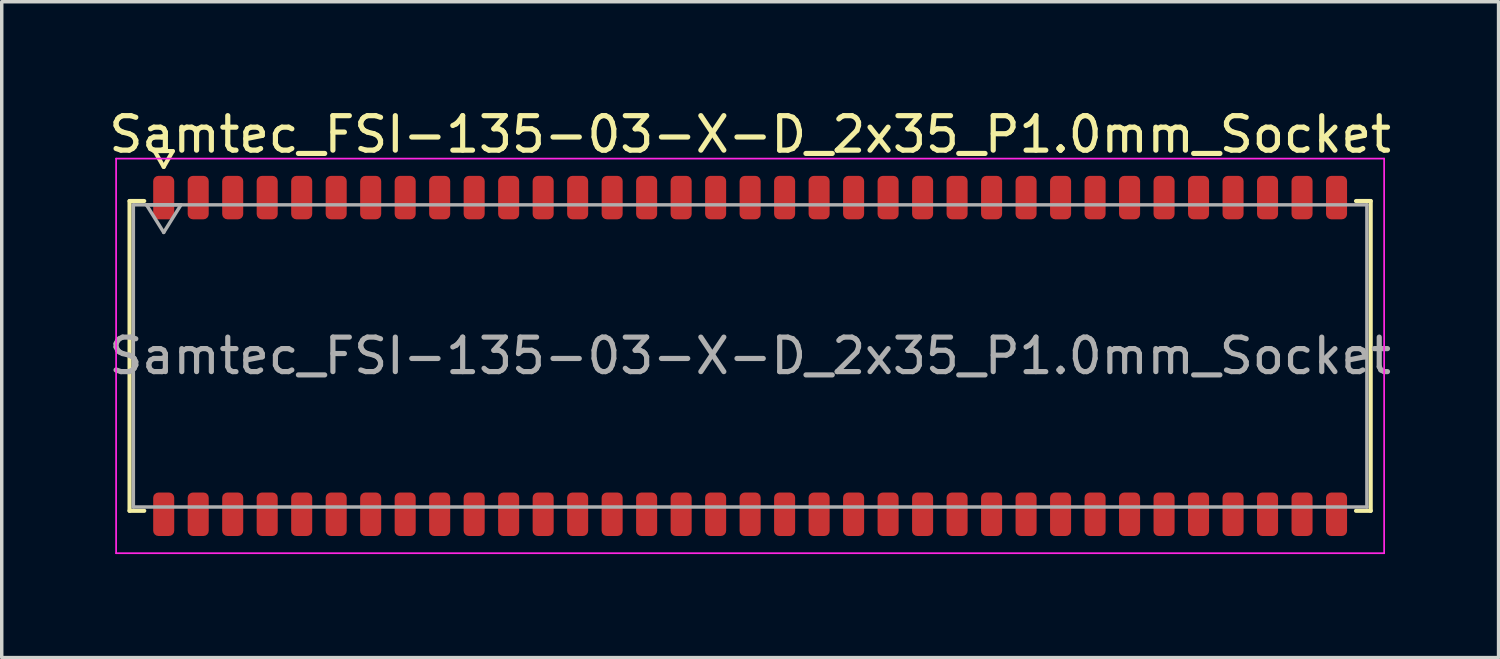
<source format=kicad_pcb>
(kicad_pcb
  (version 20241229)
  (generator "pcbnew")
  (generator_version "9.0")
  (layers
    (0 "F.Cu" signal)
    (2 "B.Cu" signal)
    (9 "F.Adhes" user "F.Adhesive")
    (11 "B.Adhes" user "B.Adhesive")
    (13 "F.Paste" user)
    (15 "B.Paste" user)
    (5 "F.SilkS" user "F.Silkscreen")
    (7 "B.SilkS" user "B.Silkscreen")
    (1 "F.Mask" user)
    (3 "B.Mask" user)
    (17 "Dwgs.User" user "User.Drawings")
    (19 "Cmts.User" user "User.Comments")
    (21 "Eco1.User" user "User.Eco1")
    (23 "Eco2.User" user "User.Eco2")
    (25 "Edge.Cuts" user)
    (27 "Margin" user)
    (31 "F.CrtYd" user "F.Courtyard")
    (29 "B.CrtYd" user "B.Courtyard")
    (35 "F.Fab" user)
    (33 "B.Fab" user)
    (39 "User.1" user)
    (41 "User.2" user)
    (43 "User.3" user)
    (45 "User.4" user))
  (footprint "Samtec_FSI-135-03-X-D_2x35_P1.0mm_Socket"
    (layer "F.Cu")
    (at 18.696 7.268)
    (property "Reference" "Samtec_FSI-135-03-X-D_2x35_P1.0mm_Socket" (at 0 -6.42 0) (layer "F.SilkS") (effects (font (size 1 1) (thickness 0.15))))
    (attr smd)
    (fp_line (start -17.99 -4.49) (end -17.565 -4.49) (stroke (width 0.12) (type solid)) (layer "F.SilkS"))
    (fp_line (start -17.99 4.49) (end -17.99 -4.49) (stroke (width 0.12) (type solid)) (layer "F.SilkS"))
    (fp_line (start -17.565 4.49) (end -17.99 4.49) (stroke (width 0.12) (type solid)) (layer "F.SilkS"))
    (fp_line (start -17.264 -5.938) (end -17 -5.48) (stroke (width 0.12) (type solid)) (layer "F.SilkS"))
    (fp_line (start -17 -5.48) (end -16.736 -5.938) (stroke (width 0.12) (type solid)) (layer "F.SilkS"))
    (fp_line (start -16.736 -5.938) (end -17.264 -5.938) (stroke (width 0.12) (type solid)) (layer "F.SilkS"))
    (fp_line (start 17.565 -4.49) (end 17.99 -4.49) (stroke (width 0.12) (type solid)) (layer "F.SilkS"))
    (fp_line (start 17.99 -4.49) (end 17.99 4.49) (stroke (width 0.12) (type solid)) (layer "F.SilkS"))
    (fp_line (start 17.99 4.49) (end 17.565 4.49) (stroke (width 0.12) (type solid)) (layer "F.SilkS"))
    (fp_line (start -18.38 -5.72) (end -18.38 5.72) (stroke (width 0.05) (type solid)) (layer "F.CrtYd"))
    (fp_line (start -18.38 5.72) (end 18.38 5.72) (stroke (width 0.05) (type solid)) (layer "F.CrtYd"))
    (fp_line (start 18.38 -5.72) (end -18.38 -5.72) (stroke (width 0.05) (type solid)) (layer "F.CrtYd"))
    (fp_line (start 18.38 5.72) (end 18.38 -5.72) (stroke (width 0.05) (type solid)) (layer "F.CrtYd"))
    (fp_line (start -17.88 -4.38) (end 17.88 -4.38) (stroke (width 0.1) (type solid)) (layer "F.Fab"))
    (fp_line (start -17.88 4.38) (end -17.88 -4.38) (stroke (width 0.1) (type solid)) (layer "F.Fab"))
    (fp_line (start -17.5 -4.38) (end -17 -3.58) (stroke (width 0.1) (type solid)) (layer "F.Fab"))
    (fp_line (start -17 -3.58) (end -16.5 -4.38) (stroke (width 0.1) (type solid)) (layer "F.Fab"))
    (fp_line (start -16.5 -4.38) (end -17.5 -4.38) (stroke (width 0.1) (type solid)) (layer "F.Fab"))
    (fp_line (start 17.88 -4.38) (end 17.88 4.38) (stroke (width 0.1) (type solid)) (layer "F.Fab"))
    (fp_line (start 17.88 4.38) (end -17.88 4.38) (stroke (width 0.1) (type solid)) (layer "F.Fab"))
    (fp_text user "${REFERENCE}" (at 0 0 0) (layer "F.Fab") (effects (font (size 1 1) (thickness 0.15))))
    (pad "1" smd roundrect (at -17 -4.59) (size 0.61 1.26) (layers "F.Cu" "F.Mask" "F.Paste") (roundrect_rratio 0.25))
    (pad "2" smd roundrect (at -17 4.59) (size 0.61 1.26) (layers "F.Cu" "F.Mask" "F.Paste") (roundrect_rratio 0.25))
    (pad "3" smd roundrect (at -16 -4.59) (size 0.61 1.26) (layers "F.Cu" "F.Mask" "F.Paste") (roundrect_rratio 0.25))
    (pad "4" smd roundrect (at -16 4.59) (size 0.61 1.26) (layers "F.Cu" "F.Mask" "F.Paste") (roundrect_rratio 0.25))
    (pad "5" smd roundrect (at -15 -4.59) (size 0.61 1.26) (layers "F.Cu" "F.Mask" "F.Paste") (roundrect_rratio 0.25))
    (pad "6" smd roundrect (at -15 4.59) (size 0.61 1.26) (layers "F.Cu" "F.Mask" "F.Paste") (roundrect_rratio 0.25))
    (pad "7" smd roundrect (at -14 -4.59) (size 0.61 1.26) (layers "F.Cu" "F.Mask" "F.Paste") (roundrect_rratio 0.25))
    (pad "8" smd roundrect (at -14 4.59) (size 0.61 1.26) (layers "F.Cu" "F.Mask" "F.Paste") (roundrect_rratio 0.25))
    (pad "9" smd roundrect (at -13 -4.59) (size 0.61 1.26) (layers "F.Cu" "F.Mask" "F.Paste") (roundrect_rratio 0.25))
    (pad "10" smd roundrect (at -13 4.59) (size 0.61 1.26) (layers "F.Cu" "F.Mask" "F.Paste") (roundrect_rratio 0.25))
    (pad "11" smd roundrect (at -12 -4.59) (size 0.61 1.26) (layers "F.Cu" "F.Mask" "F.Paste") (roundrect_rratio 0.25))
    (pad "12" smd roundrect (at -12 4.59) (size 0.61 1.26) (layers "F.Cu" "F.Mask" "F.Paste") (roundrect_rratio 0.25))
    (pad "13" smd roundrect (at -11 -4.59) (size 0.61 1.26) (layers "F.Cu" "F.Mask" "F.Paste") (roundrect_rratio 0.25))
    (pad "14" smd roundrect (at -11 4.59) (size 0.61 1.26) (layers "F.Cu" "F.Mask" "F.Paste") (roundrect_rratio 0.25))
    (pad "15" smd roundrect (at -10 -4.59) (size 0.61 1.26) (layers "F.Cu" "F.Mask" "F.Paste") (roundrect_rratio 0.25))
    (pad "16" smd roundrect (at -10 4.59) (size 0.61 1.26) (layers "F.Cu" "F.Mask" "F.Paste") (roundrect_rratio 0.25))
    (pad "17" smd roundrect (at -9 -4.59) (size 0.61 1.26) (layers "F.Cu" "F.Mask" "F.Paste") (roundrect_rratio 0.25))
    (pad "18" smd roundrect (at -9 4.59) (size 0.61 1.26) (layers "F.Cu" "F.Mask" "F.Paste") (roundrect_rratio 0.25))
    (pad "19" smd roundrect (at -8 -4.59) (size 0.61 1.26) (layers "F.Cu" "F.Mask" "F.Paste") (roundrect_rratio 0.25))
    (pad "20" smd roundrect (at -8 4.59) (size 0.61 1.26) (layers "F.Cu" "F.Mask" "F.Paste") (roundrect_rratio 0.25))
    (pad "21" smd roundrect (at -7 -4.59) (size 0.61 1.26) (layers "F.Cu" "F.Mask" "F.Paste") (roundrect_rratio 0.25))
    (pad "22" smd roundrect (at -7 4.59) (size 0.61 1.26) (layers "F.Cu" "F.Mask" "F.Paste") (roundrect_rratio 0.25))
    (pad "23" smd roundrect (at -6 -4.59) (size 0.61 1.26) (layers "F.Cu" "F.Mask" "F.Paste") (roundrect_rratio 0.25))
    (pad "24" smd roundrect (at -6 4.59) (size 0.61 1.26) (layers "F.Cu" "F.Mask" "F.Paste") (roundrect_rratio 0.25))
    (pad "25" smd roundrect (at -5 -4.59) (size 0.61 1.26) (layers "F.Cu" "F.Mask" "F.Paste") (roundrect_rratio 0.25))
    (pad "26" smd roundrect (at -5 4.59) (size 0.61 1.26) (layers "F.Cu" "F.Mask" "F.Paste") (roundrect_rratio 0.25))
    (pad "27" smd roundrect (at -4 -4.59) (size 0.61 1.26) (layers "F.Cu" "F.Mask" "F.Paste") (roundrect_rratio 0.25))
    (pad "28" smd roundrect (at -4 4.59) (size 0.61 1.26) (layers "F.Cu" "F.Mask" "F.Paste") (roundrect_rratio 0.25))
    (pad "29" smd roundrect (at -3 -4.59) (size 0.61 1.26) (layers "F.Cu" "F.Mask" "F.Paste") (roundrect_rratio 0.25))
    (pad "30" smd roundrect (at -3 4.59) (size 0.61 1.26) (layers "F.Cu" "F.Mask" "F.Paste") (roundrect_rratio 0.25))
    (pad "31" smd roundrect (at -2 -4.59) (size 0.61 1.26) (layers "F.Cu" "F.Mask" "F.Paste") (roundrect_rratio 0.25))
    (pad "32" smd roundrect (at -2 4.59) (size 0.61 1.26) (layers "F.Cu" "F.Mask" "F.Paste") (roundrect_rratio 0.25))
    (pad "33" smd roundrect (at -1 -4.59) (size 0.61 1.26) (layers "F.Cu" "F.Mask" "F.Paste") (roundrect_rratio 0.25))
    (pad "34" smd roundrect (at -1 4.59) (size 0.61 1.26) (layers "F.Cu" "F.Mask" "F.Paste") (roundrect_rratio 0.25))
    (pad "35" smd roundrect (at 0 -4.59) (size 0.61 1.26) (layers "F.Cu" "F.Mask" "F.Paste") (roundrect_rratio 0.25))
    (pad "36" smd roundrect (at 0 4.59) (size 0.61 1.26) (layers "F.Cu" "F.Mask" "F.Paste") (roundrect_rratio 0.25))
    (pad "37" smd roundrect (at 1 -4.59) (size 0.61 1.26) (layers "F.Cu" "F.Mask" "F.Paste") (roundrect_rratio 0.25))
    (pad "38" smd roundrect (at 1 4.59) (size 0.61 1.26) (layers "F.Cu" "F.Mask" "F.Paste") (roundrect_rratio 0.25))
    (pad "39" smd roundrect (at 2 -4.59) (size 0.61 1.26) (layers "F.Cu" "F.Mask" "F.Paste") (roundrect_rratio 0.25))
    (pad "40" smd roundrect (at 2 4.59) (size 0.61 1.26) (layers "F.Cu" "F.Mask" "F.Paste") (roundrect_rratio 0.25))
    (pad "41" smd roundrect (at 3 -4.59) (size 0.61 1.26) (layers "F.Cu" "F.Mask" "F.Paste") (roundrect_rratio 0.25))
    (pad "42" smd roundrect (at 3 4.59) (size 0.61 1.26) (layers "F.Cu" "F.Mask" "F.Paste") (roundrect_rratio 0.25))
    (pad "43" smd roundrect (at 4 -4.59) (size 0.61 1.26) (layers "F.Cu" "F.Mask" "F.Paste") (roundrect_rratio 0.25))
    (pad "44" smd roundrect (at 4 4.59) (size 0.61 1.26) (layers "F.Cu" "F.Mask" "F.Paste") (roundrect_rratio 0.25))
    (pad "45" smd roundrect (at 5 -4.59) (size 0.61 1.26) (layers "F.Cu" "F.Mask" "F.Paste") (roundrect_rratio 0.25))
    (pad "46" smd roundrect (at 5 4.59) (size 0.61 1.26) (layers "F.Cu" "F.Mask" "F.Paste") (roundrect_rratio 0.25))
    (pad "47" smd roundrect (at 6 -4.59) (size 0.61 1.26) (layers "F.Cu" "F.Mask" "F.Paste") (roundrect_rratio 0.25))
    (pad "48" smd roundrect (at 6 4.59) (size 0.61 1.26) (layers "F.Cu" "F.Mask" "F.Paste") (roundrect_rratio 0.25))
    (pad "49" smd roundrect (at 7 -4.59) (size 0.61 1.26) (layers "F.Cu" "F.Mask" "F.Paste") (roundrect_rratio 0.25))
    (pad "50" smd roundrect (at 7 4.59) (size 0.61 1.26) (layers "F.Cu" "F.Mask" "F.Paste") (roundrect_rratio 0.25))
    (pad "51" smd roundrect (at 8 -4.59) (size 0.61 1.26) (layers "F.Cu" "F.Mask" "F.Paste") (roundrect_rratio 0.25))
    (pad "52" smd roundrect (at 8 4.59) (size 0.61 1.26) (layers "F.Cu" "F.Mask" "F.Paste") (roundrect_rratio 0.25))
    (pad "53" smd roundrect (at 9 -4.59) (size 0.61 1.26) (layers "F.Cu" "F.Mask" "F.Paste") (roundrect_rratio 0.25))
    (pad "54" smd roundrect (at 9 4.59) (size 0.61 1.26) (layers "F.Cu" "F.Mask" "F.Paste") (roundrect_rratio 0.25))
    (pad "55" smd roundrect (at 10 -4.59) (size 0.61 1.26) (layers "F.Cu" "F.Mask" "F.Paste") (roundrect_rratio 0.25))
    (pad "56" smd roundrect (at 10 4.59) (size 0.61 1.26) (layers "F.Cu" "F.Mask" "F.Paste") (roundrect_rratio 0.25))
    (pad "57" smd roundrect (at 11 -4.59) (size 0.61 1.26) (layers "F.Cu" "F.Mask" "F.Paste") (roundrect_rratio 0.25))
    (pad "58" smd roundrect (at 11 4.59) (size 0.61 1.26) (layers "F.Cu" "F.Mask" "F.Paste") (roundrect_rratio 0.25))
    (pad "59" smd roundrect (at 12 -4.59) (size 0.61 1.26) (layers "F.Cu" "F.Mask" "F.Paste") (roundrect_rratio 0.25))
    (pad "60" smd roundrect (at 12 4.59) (size 0.61 1.26) (layers "F.Cu" "F.Mask" "F.Paste") (roundrect_rratio 0.25))
    (pad "61" smd roundrect (at 13 -4.59) (size 0.61 1.26) (layers "F.Cu" "F.Mask" "F.Paste") (roundrect_rratio 0.25))
    (pad "62" smd roundrect (at 13 4.59) (size 0.61 1.26) (layers "F.Cu" "F.Mask" "F.Paste") (roundrect_rratio 0.25))
    (pad "63" smd roundrect (at 14 -4.59) (size 0.61 1.26) (layers "F.Cu" "F.Mask" "F.Paste") (roundrect_rratio 0.25))
    (pad "64" smd roundrect (at 14 4.59) (size 0.61 1.26) (layers "F.Cu" "F.Mask" "F.Paste") (roundrect_rratio 0.25))
    (pad "65" smd roundrect (at 15 -4.59) (size 0.61 1.26) (layers "F.Cu" "F.Mask" "F.Paste") (roundrect_rratio 0.25))
    (pad "66" smd roundrect (at 15 4.59) (size 0.61 1.26) (layers "F.Cu" "F.Mask" "F.Paste") (roundrect_rratio 0.25))
    (pad "67" smd roundrect (at 16 -4.59) (size 0.61 1.26) (layers "F.Cu" "F.Mask" "F.Paste") (roundrect_rratio 0.25))
    (pad "68" smd roundrect (at 16 4.59) (size 0.61 1.26) (layers "F.Cu" "F.Mask" "F.Paste") (roundrect_rratio 0.25))
    (pad "69" smd roundrect (at 17 -4.59) (size 0.61 1.26) (layers "F.Cu" "F.Mask" "F.Paste") (roundrect_rratio 0.25))
    (pad "70" smd roundrect (at 17 4.59) (size 0.61 1.26) (layers "F.Cu" "F.Mask" "F.Paste") (roundrect_rratio 0.25)))
  (gr_rect
    (start -3 -3)
    (end 40.393 16.013)
    (stroke (width 0.1) (type default))
    (fill no)
    (layer "Edge.Cuts")))
</source>
